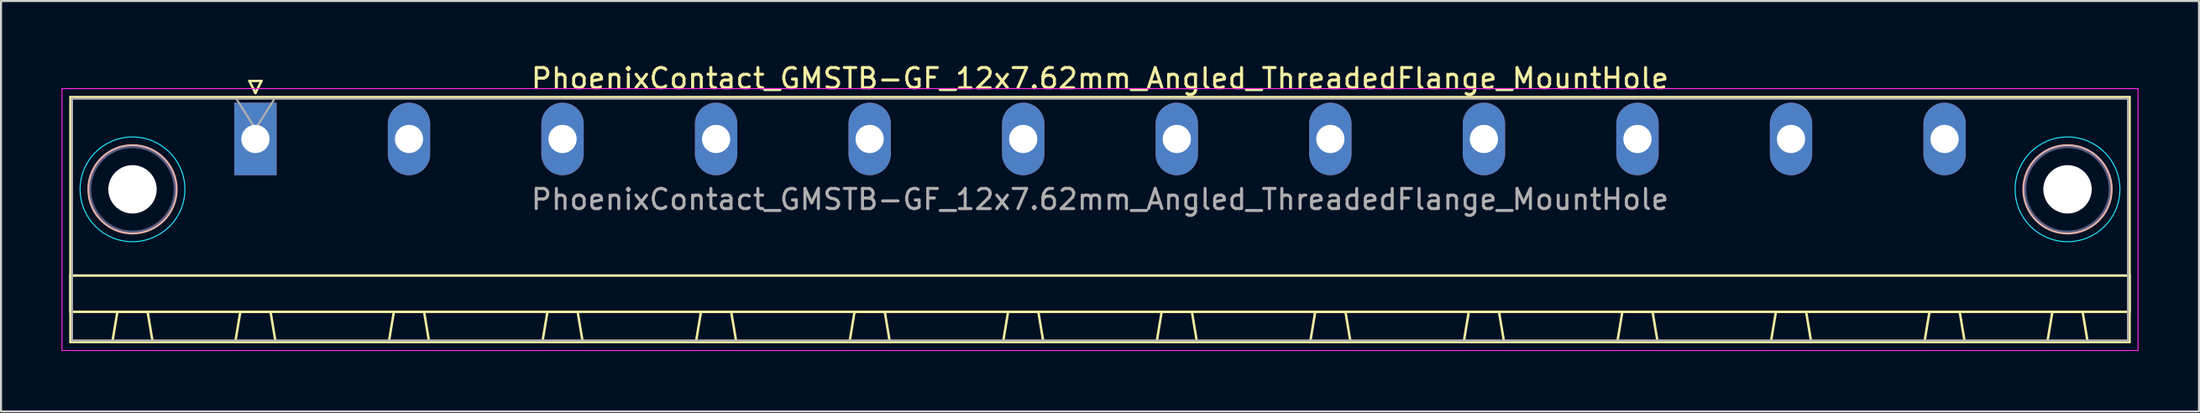
<source format=kicad_pcb>
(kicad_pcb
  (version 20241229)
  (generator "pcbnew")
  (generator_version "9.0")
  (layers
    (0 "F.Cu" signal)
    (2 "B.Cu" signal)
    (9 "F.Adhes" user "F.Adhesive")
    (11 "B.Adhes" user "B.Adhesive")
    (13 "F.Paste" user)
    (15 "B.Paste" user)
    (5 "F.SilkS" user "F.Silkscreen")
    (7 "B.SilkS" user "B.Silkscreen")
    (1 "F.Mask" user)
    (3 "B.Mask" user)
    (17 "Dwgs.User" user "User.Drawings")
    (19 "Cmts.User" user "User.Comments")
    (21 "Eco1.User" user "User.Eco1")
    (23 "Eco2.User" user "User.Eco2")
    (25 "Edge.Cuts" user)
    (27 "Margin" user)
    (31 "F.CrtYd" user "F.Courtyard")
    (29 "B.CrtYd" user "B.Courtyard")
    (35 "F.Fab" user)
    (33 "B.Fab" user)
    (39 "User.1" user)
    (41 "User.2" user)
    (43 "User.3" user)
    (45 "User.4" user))
  (footprint "PhoenixContact_GMSTB-GF_12x7.62mm_Angled_ThreadedFlange_MountHole"
    (layer "F.Cu")
    (at 9.625 3.848)
    (property "Reference" "PhoenixContact_GMSTB-GF_12x7.62mm_Angled_ThreadedFlange_MountHole" (at 41.91 -3 0) (layer "F.SilkS") (effects (font (size 1 1) (thickness 0.15))))
    (attr through_hole)
    (fp_line (start -9.18 -2.08) (end -9.18 10.08) (stroke (width 0.12) (type solid)) (layer "F.SilkS"))
    (fp_line (start -9.18 6.78) (end 93 6.78) (stroke (width 0.12) (type solid)) (layer "F.SilkS"))
    (fp_line (start -9.18 8.58) (end -9.18 6.78) (stroke (width 0.12) (type solid)) (layer "F.SilkS"))
    (fp_line (start -9.18 10.08) (end 93 10.08) (stroke (width 0.12) (type solid)) (layer "F.SilkS"))
    (fp_line (start -7.1 10.08) (end -5.1 10.08) (stroke (width 0.12) (type solid)) (layer "F.SilkS"))
    (fp_line (start -6.85 8.58) (end -7.1 10.08) (stroke (width 0.12) (type solid)) (layer "F.SilkS"))
    (fp_line (start -5.35 8.58) (end -6.85 8.58) (stroke (width 0.12) (type solid)) (layer "F.SilkS"))
    (fp_line (start -5.1 10.08) (end -5.35 8.58) (stroke (width 0.12) (type solid)) (layer "F.SilkS"))
    (fp_line (start -1 10.08) (end 1 10.08) (stroke (width 0.12) (type solid)) (layer "F.SilkS"))
    (fp_line (start -0.75 8.58) (end -1 10.08) (stroke (width 0.12) (type solid)) (layer "F.SilkS"))
    (fp_line (start -0.3 -2.88) (end 0.3 -2.88) (stroke (width 0.12) (type solid)) (layer "F.SilkS"))
    (fp_line (start 0 -2.28) (end -0.3 -2.88) (stroke (width 0.12) (type solid)) (layer "F.SilkS"))
    (fp_line (start 0.3 -2.88) (end 0 -2.28) (stroke (width 0.12) (type solid)) (layer "F.SilkS"))
    (fp_line (start 0.75 8.58) (end -0.75 8.58) (stroke (width 0.12) (type solid)) (layer "F.SilkS"))
    (fp_line (start 1 10.08) (end 0.75 8.58) (stroke (width 0.12) (type solid)) (layer "F.SilkS"))
    (fp_line (start 6.62 10.08) (end 8.62 10.08) (stroke (width 0.12) (type solid)) (layer "F.SilkS"))
    (fp_line (start 6.87 8.58) (end 6.62 10.08) (stroke (width 0.12) (type solid)) (layer "F.SilkS"))
    (fp_line (start 8.37 8.58) (end 6.87 8.58) (stroke (width 0.12) (type solid)) (layer "F.SilkS"))
    (fp_line (start 8.62 10.08) (end 8.37 8.58) (stroke (width 0.12) (type solid)) (layer "F.SilkS"))
    (fp_line (start 14.24 10.08) (end 16.24 10.08) (stroke (width 0.12) (type solid)) (layer "F.SilkS"))
    (fp_line (start 14.49 8.58) (end 14.24 10.08) (stroke (width 0.12) (type solid)) (layer "F.SilkS"))
    (fp_line (start 15.99 8.58) (end 14.49 8.58) (stroke (width 0.12) (type solid)) (layer "F.SilkS"))
    (fp_line (start 16.24 10.08) (end 15.99 8.58) (stroke (width 0.12) (type solid)) (layer "F.SilkS"))
    (fp_line (start 21.86 10.08) (end 23.86 10.08) (stroke (width 0.12) (type solid)) (layer "F.SilkS"))
    (fp_line (start 22.11 8.58) (end 21.86 10.08) (stroke (width 0.12) (type solid)) (layer "F.SilkS"))
    (fp_line (start 23.61 8.58) (end 22.11 8.58) (stroke (width 0.12) (type solid)) (layer "F.SilkS"))
    (fp_line (start 23.86 10.08) (end 23.61 8.58) (stroke (width 0.12) (type solid)) (layer "F.SilkS"))
    (fp_line (start 29.48 10.08) (end 31.48 10.08) (stroke (width 0.12) (type solid)) (layer "F.SilkS"))
    (fp_line (start 29.73 8.58) (end 29.48 10.08) (stroke (width 0.12) (type solid)) (layer "F.SilkS"))
    (fp_line (start 31.23 8.58) (end 29.73 8.58) (stroke (width 0.12) (type solid)) (layer "F.SilkS"))
    (fp_line (start 31.48 10.08) (end 31.23 8.58) (stroke (width 0.12) (type solid)) (layer "F.SilkS"))
    (fp_line (start 37.1 10.08) (end 39.1 10.08) (stroke (width 0.12) (type solid)) (layer "F.SilkS"))
    (fp_line (start 37.35 8.58) (end 37.1 10.08) (stroke (width 0.12) (type solid)) (layer "F.SilkS"))
    (fp_line (start 38.85 8.58) (end 37.35 8.58) (stroke (width 0.12) (type solid)) (layer "F.SilkS"))
    (fp_line (start 39.1 10.08) (end 38.85 8.58) (stroke (width 0.12) (type solid)) (layer "F.SilkS"))
    (fp_line (start 44.72 10.08) (end 46.72 10.08) (stroke (width 0.12) (type solid)) (layer "F.SilkS"))
    (fp_line (start 44.97 8.58) (end 44.72 10.08) (stroke (width 0.12) (type solid)) (layer "F.SilkS"))
    (fp_line (start 46.47 8.58) (end 44.97 8.58) (stroke (width 0.12) (type solid)) (layer "F.SilkS"))
    (fp_line (start 46.72 10.08) (end 46.47 8.58) (stroke (width 0.12) (type solid)) (layer "F.SilkS"))
    (fp_line (start 52.34 10.08) (end 54.34 10.08) (stroke (width 0.12) (type solid)) (layer "F.SilkS"))
    (fp_line (start 52.59 8.58) (end 52.34 10.08) (stroke (width 0.12) (type solid)) (layer "F.SilkS"))
    (fp_line (start 54.09 8.58) (end 52.59 8.58) (stroke (width 0.12) (type solid)) (layer "F.SilkS"))
    (fp_line (start 54.34 10.08) (end 54.09 8.58) (stroke (width 0.12) (type solid)) (layer "F.SilkS"))
    (fp_line (start 59.96 10.08) (end 61.96 10.08) (stroke (width 0.12) (type solid)) (layer "F.SilkS"))
    (fp_line (start 60.21 8.58) (end 59.96 10.08) (stroke (width 0.12) (type solid)) (layer "F.SilkS"))
    (fp_line (start 61.71 8.58) (end 60.21 8.58) (stroke (width 0.12) (type solid)) (layer "F.SilkS"))
    (fp_line (start 61.96 10.08) (end 61.71 8.58) (stroke (width 0.12) (type solid)) (layer "F.SilkS"))
    (fp_line (start 67.58 10.08) (end 69.58 10.08) (stroke (width 0.12) (type solid)) (layer "F.SilkS"))
    (fp_line (start 67.83 8.58) (end 67.58 10.08) (stroke (width 0.12) (type solid)) (layer "F.SilkS"))
    (fp_line (start 69.33 8.58) (end 67.83 8.58) (stroke (width 0.12) (type solid)) (layer "F.SilkS"))
    (fp_line (start 69.58 10.08) (end 69.33 8.58) (stroke (width 0.12) (type solid)) (layer "F.SilkS"))
    (fp_line (start 75.2 10.08) (end 77.2 10.08) (stroke (width 0.12) (type solid)) (layer "F.SilkS"))
    (fp_line (start 75.45 8.58) (end 75.2 10.08) (stroke (width 0.12) (type solid)) (layer "F.SilkS"))
    (fp_line (start 76.95 8.58) (end 75.45 8.58) (stroke (width 0.12) (type solid)) (layer "F.SilkS"))
    (fp_line (start 77.2 10.08) (end 76.95 8.58) (stroke (width 0.12) (type solid)) (layer "F.SilkS"))
    (fp_line (start 82.82 10.08) (end 84.82 10.08) (stroke (width 0.12) (type solid)) (layer "F.SilkS"))
    (fp_line (start 83.07 8.58) (end 82.82 10.08) (stroke (width 0.12) (type solid)) (layer "F.SilkS"))
    (fp_line (start 84.57 8.58) (end 83.07 8.58) (stroke (width 0.12) (type solid)) (layer "F.SilkS"))
    (fp_line (start 84.82 10.08) (end 84.57 8.58) (stroke (width 0.12) (type solid)) (layer "F.SilkS"))
    (fp_line (start 88.92 10.08) (end 90.92 10.08) (stroke (width 0.12) (type solid)) (layer "F.SilkS"))
    (fp_line (start 89.17 8.58) (end 88.92 10.08) (stroke (width 0.12) (type solid)) (layer "F.SilkS"))
    (fp_line (start 90.67 8.58) (end 89.17 8.58) (stroke (width 0.12) (type solid)) (layer "F.SilkS"))
    (fp_line (start 90.92 10.08) (end 90.67 8.58) (stroke (width 0.12) (type solid)) (layer "F.SilkS"))
    (fp_line (start 93 -2.08) (end -9.18 -2.08) (stroke (width 0.12) (type solid)) (layer "F.SilkS"))
    (fp_line (start 93 6.78) (end 93 8.58) (stroke (width 0.12) (type solid)) (layer "F.SilkS"))
    (fp_line (start 93 8.58) (end -9.18 8.58) (stroke (width 0.12) (type solid)) (layer "F.SilkS"))
    (fp_line (start 93 10.08) (end 93 -2.08) (stroke (width 0.12) (type solid)) (layer "F.SilkS"))
    (fp_circle (center -6.1 2.5) (end -3.92 2.5) (stroke (width 0.12) (type solid)) (fill no) (layer "B.SilkS"))
    (fp_circle (center 89.92 2.5) (end 92.1 2.5) (stroke (width 0.12) (type solid)) (fill no) (layer "B.SilkS"))
    (fp_circle (center -6.1 2.5) (end -3.5 2.5) (stroke (width 0.05) (type solid)) (fill no) (layer "B.CrtYd"))
    (fp_circle (center 89.92 2.5) (end 92.52 2.5) (stroke (width 0.05) (type solid)) (fill no) (layer "B.CrtYd"))
    (fp_line (start -9.6 -2.5) (end -9.6 10.5) (stroke (width 0.05) (type solid)) (layer "F.CrtYd"))
    (fp_line (start -9.6 10.5) (end 93.42 10.5) (stroke (width 0.05) (type solid)) (layer "F.CrtYd"))
    (fp_line (start 93.42 -2.5) (end -9.6 -2.5) (stroke (width 0.05) (type solid)) (layer "F.CrtYd"))
    (fp_line (start 93.42 10.5) (end 93.42 -2.5) (stroke (width 0.05) (type solid)) (layer "F.CrtYd"))
    (fp_circle (center -6.1 2.5) (end -4 2.5) (stroke (width 0.1) (type solid)) (fill no) (layer "B.Fab"))
    (fp_circle (center 89.92 2.5) (end 92.02 2.5) (stroke (width 0.1) (type solid)) (fill no) (layer "B.Fab"))
    (fp_line (start -9.1 -2) (end -9.1 10) (stroke (width 0.1) (type solid)) (layer "F.Fab"))
    (fp_line (start -9.1 10) (end 92.92 10) (stroke (width 0.1) (type solid)) (layer "F.Fab"))
    (fp_line (start 0 -0.5) (end -0.95 -2) (stroke (width 0.1) (type solid)) (layer "F.Fab"))
    (fp_line (start 0.95 -2) (end 0 -0.5) (stroke (width 0.1) (type solid)) (layer "F.Fab"))
    (fp_line (start 92.92 -2) (end -9.1 -2) (stroke (width 0.1) (type solid)) (layer "F.Fab"))
    (fp_line (start 92.92 10) (end 92.92 -2) (stroke (width 0.1) (type solid)) (layer "F.Fab"))
    (fp_text user "${REFERENCE}" (at 41.91 3 0) (layer "F.Fab") (effects (font (size 1 1) (thickness 0.15))))
    (pad "" np_thru_hole circle (at -6.1 2.5) (size 2.4 2.4) (drill 2.4) (layers "*.Cu" "*.Mask"))
    (pad "" np_thru_hole circle (at 89.92 2.5) (size 2.4 2.4) (drill 2.4) (layers "*.Cu" "*.Mask"))
    (pad "1" thru_hole rect (at 0 0) (size 2.1 3.6) (drill 1.4) (layers "*.Cu" "*.Mask"))
    (pad "2" thru_hole oval (at 7.62 0) (size 2.1 3.6) (drill 1.4) (layers "*.Cu" "*.Mask"))
    (pad "3" thru_hole oval (at 15.24 0) (size 2.1 3.6) (drill 1.4) (layers "*.Cu" "*.Mask"))
    (pad "4" thru_hole oval (at 22.86 0) (size 2.1 3.6) (drill 1.4) (layers "*.Cu" "*.Mask"))
    (pad "5" thru_hole oval (at 30.48 0) (size 2.1 3.6) (drill 1.4) (layers "*.Cu" "*.Mask"))
    (pad "6" thru_hole oval (at 38.1 0) (size 2.1 3.6) (drill 1.4) (layers "*.Cu" "*.Mask"))
    (pad "7" thru_hole oval (at 45.72 0) (size 2.1 3.6) (drill 1.4) (layers "*.Cu" "*.Mask"))
    (pad "8" thru_hole oval (at 53.34 0) (size 2.1 3.6) (drill 1.4) (layers "*.Cu" "*.Mask"))
    (pad "9" thru_hole oval (at 60.96 0) (size 2.1 3.6) (drill 1.4) (layers "*.Cu" "*.Mask"))
    (pad "10" thru_hole oval (at 68.58 0) (size 2.1 3.6) (drill 1.4) (layers "*.Cu" "*.Mask"))
    (pad "11" thru_hole oval (at 76.2 0) (size 2.1 3.6) (drill 1.4) (layers "*.Cu" "*.Mask"))
    (pad "12" thru_hole oval (at 83.82 0) (size 2.1 3.6) (drill 1.4) (layers "*.Cu" "*.Mask")))
  (gr_rect
    (start -3 -3)
    (end 106.07 17.373)
    (stroke (width 0.1) (type default))
    (fill no)
    (layer "Edge.Cuts")))
</source>
